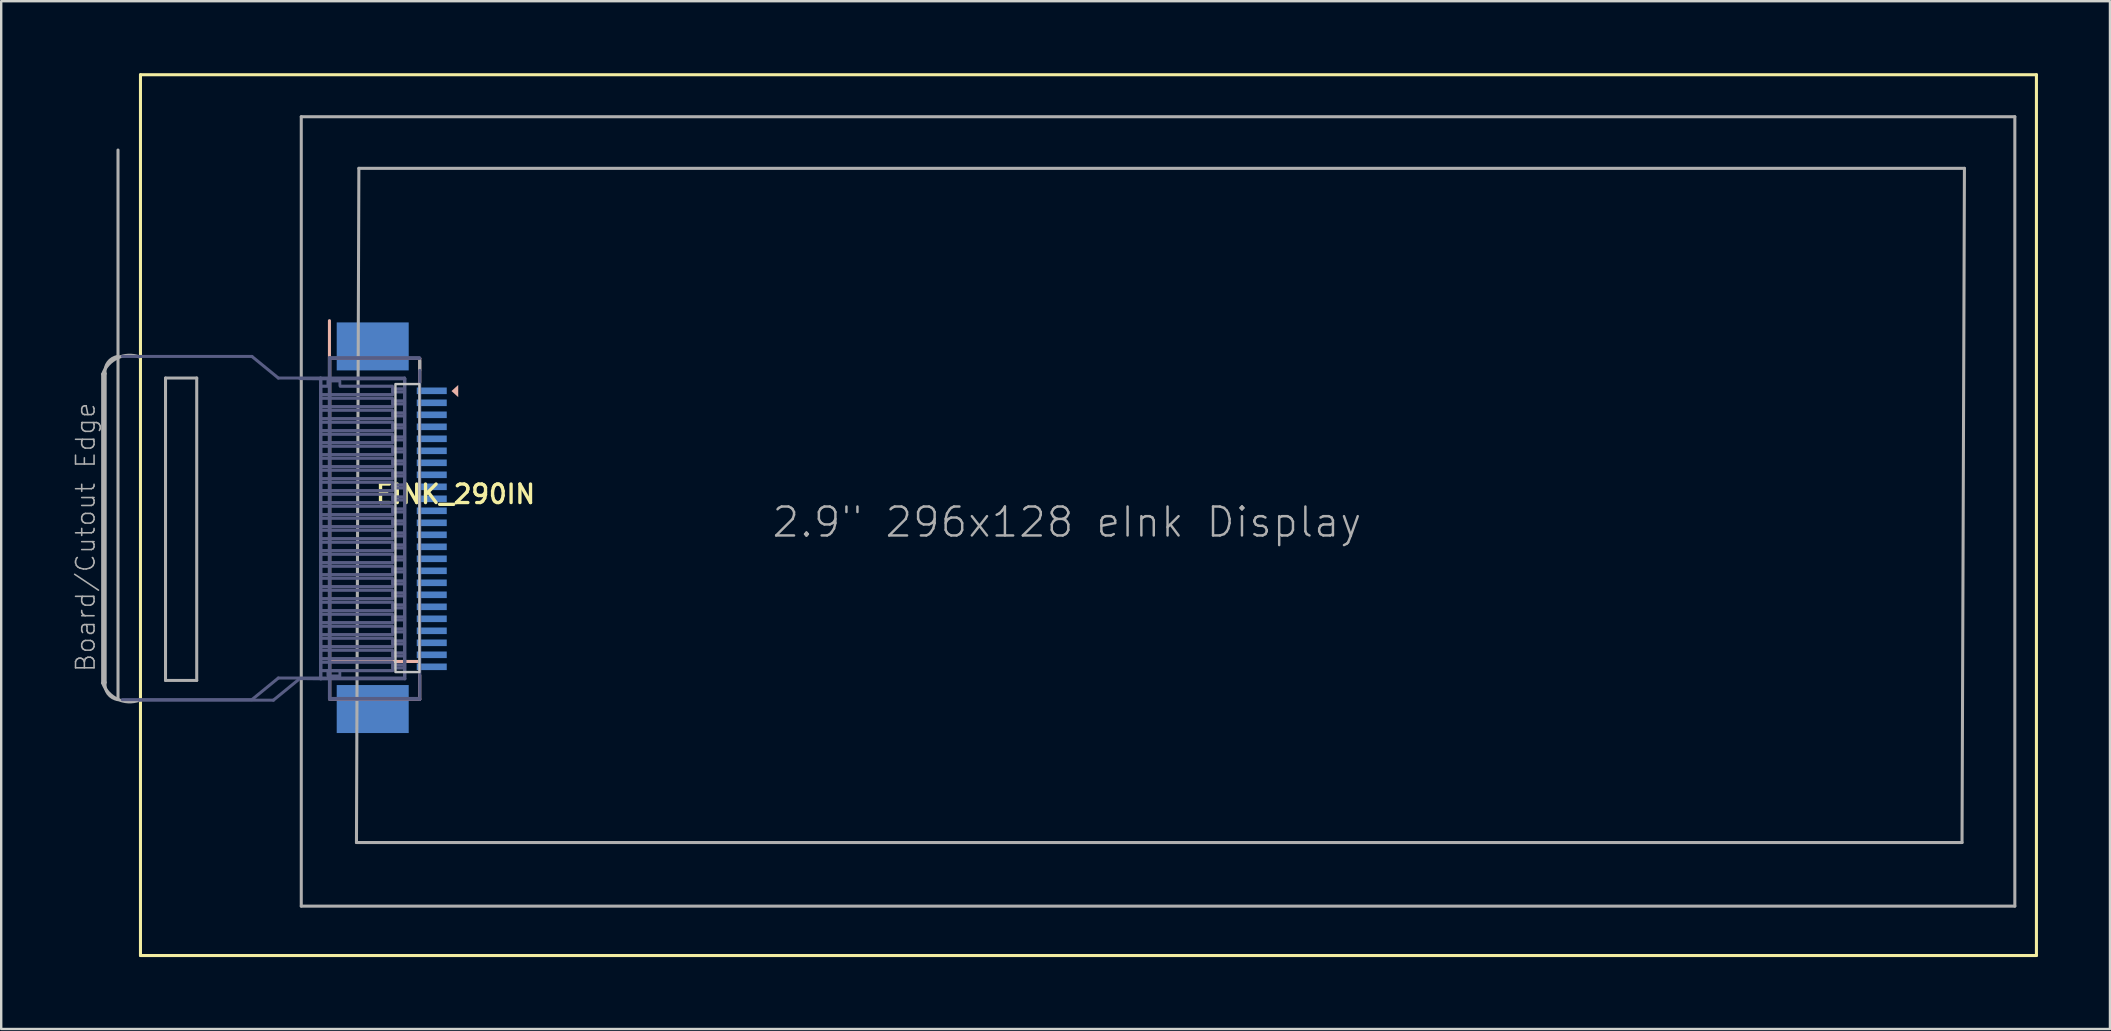
<source format=kicad_pcb>
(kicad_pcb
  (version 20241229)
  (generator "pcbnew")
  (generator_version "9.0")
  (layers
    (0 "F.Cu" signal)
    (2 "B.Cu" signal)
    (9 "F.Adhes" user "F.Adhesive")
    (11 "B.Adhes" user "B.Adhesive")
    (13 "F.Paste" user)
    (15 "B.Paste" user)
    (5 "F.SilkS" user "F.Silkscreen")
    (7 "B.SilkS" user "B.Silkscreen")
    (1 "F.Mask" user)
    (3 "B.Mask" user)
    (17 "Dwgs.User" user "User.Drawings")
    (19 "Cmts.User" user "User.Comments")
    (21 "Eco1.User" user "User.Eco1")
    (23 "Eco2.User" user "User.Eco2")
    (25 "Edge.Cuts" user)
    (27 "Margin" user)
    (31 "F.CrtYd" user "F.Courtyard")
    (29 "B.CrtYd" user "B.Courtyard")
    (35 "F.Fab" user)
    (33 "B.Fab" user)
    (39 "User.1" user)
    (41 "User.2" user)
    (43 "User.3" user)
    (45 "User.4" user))
  (footprint "EINK_290IN"
    (layer "F.Cu")
    (at 12.43 18.442)
    (property "Reference" "EINK_290IN" (at 0.1 -0.45 180) (layer "F.SilkS") (effects (font (size 0.772 0.772) (thickness 0.139)) (justify left bottom)))
    (attr through_hole)
    (fp_line (start -9.627 -18.378) (end 69.373 -18.378) (stroke (width 0.127) (type solid)) (layer "F.SilkS"))
    (fp_line (start -9.627 18.322) (end -9.627 -18.378) (stroke (width 0.127) (type solid)) (layer "F.SilkS"))
    (fp_line (start 69.373 -18.378) (end 69.373 18.322) (stroke (width 0.127) (type solid)) (layer "F.SilkS"))
    (fp_line (start 69.373 18.322) (end -9.627 18.322) (stroke (width 0.127) (type solid)) (layer "F.SilkS"))
    (fp_line (start -1.753 -8.13) (end -1.753 6.07) (stroke (width 0.127) (type solid)) (layer "B.SilkS"))
    (fp_line (start -1.753 6.07) (end 1.997 6.07) (stroke (width 0.127) (type solid)) (layer "B.SilkS"))
    (fp_line (start -1.74 -6.558) (end -1.74 7.642) (stroke (width 0.127) (type solid)) (layer "B.SilkS"))
    (fp_line (start -1.74 7.642) (end 2.01 7.642) (stroke (width 0.127) (type solid)) (layer "B.SilkS"))
    (fp_line (start 2.01 -6.558) (end -1.74 -6.558) (stroke (width 0.127) (type solid)) (layer "B.SilkS"))
    (fp_line (start 2.01 -5.558) (end 2.01 -6.558) (stroke (width 0.127) (type solid)) (layer "B.SilkS"))
    (fp_line (start 2.01 7.642) (end 2.01 6.642) (stroke (width 0.127) (type solid)) (layer "B.SilkS"))
    (fp_poly (pts (xy 3.613 -5.452) (xy 3.613 -4.944) (xy 3.332 -5.198)) (stroke (width 0) (type solid)) (fill yes) (layer "B.SilkS"))
    (fp_poly (pts (xy 0.997 -5.49) (xy 0.997 6.51) (xy 1.997 6.51) (xy 1.997 -5.49)) (stroke (width 0.1) (type solid)) (fill no) (layer "Dwgs.User"))
    (fp_line (start -10.383 -6.64) (end -4.983 -6.64) (stroke (width 0.127) (type solid)) (layer "B.Fab"))
    (fp_line (start -10.383 7.66) (end -4.983 7.66) (stroke (width 0.127) (type solid)) (layer "B.Fab"))
    (fp_line (start -9.687 7.682) (end -4.087 7.682) (stroke (width 0.127) (type solid)) (layer "B.Fab"))
    (fp_line (start -4.983 -6.64) (end -3.883 -5.74) (stroke (width 0.127) (type solid)) (layer "B.Fab"))
    (fp_line (start -4.983 7.66) (end -3.883 6.76) (stroke (width 0.127) (type solid)) (layer "B.Fab"))
    (fp_line (start -4.087 7.682) (end -2.987 6.782) (stroke (width 0.127) (type solid)) (layer "B.Fab"))
    (fp_line (start -3.883 -5.74) (end -2.123 -5.74) (stroke (width 0.127) (type solid)) (layer "B.Fab"))
    (fp_line (start -2.987 -5.718) (end -2.11 -5.708) (stroke (width 0.127) (type solid)) (layer "B.Fab"))
    (fp_line (start -2.123 -5.74) (end 1.377 -5.74) (stroke (width 0.127) (type solid)) (layer "B.Fab"))
    (fp_line (start -2.123 6.76) (end -3.883 6.76) (stroke (width 0.127) (type solid)) (layer "B.Fab"))
    (fp_line (start -2.123 6.76) (end -2.123 -5.74) (stroke (width 0.127) (type solid)) (layer "B.Fab"))
    (fp_line (start -2.11 -5.708) (end 1.39 -5.708) (stroke (width 0.127) (type solid)) (layer "B.Fab"))
    (fp_line (start -2.11 6.792) (end -2.987 6.782) (stroke (width 0.127) (type solid)) (layer "B.Fab"))
    (fp_line (start -2.11 6.792) (end -2.11 -5.708) (stroke (width 0.127) (type solid)) (layer "B.Fab"))
    (fp_line (start -1.753 -6.59) (end 1.997 -6.59) (stroke (width 0.127) (type solid)) (layer "B.Fab"))
    (fp_line (start -1.753 7.61) (end -1.753 -6.59) (stroke (width 0.127) (type solid)) (layer "B.Fab"))
    (fp_line (start -1.74 -6.558) (end 2.01 -6.558) (stroke (width 0.127) (type solid)) (layer "B.Fab"))
    (fp_line (start -1.74 7.642) (end -1.74 -6.558) (stroke (width 0.127) (type solid)) (layer "B.Fab"))
    (fp_line (start 1.377 -5.74) (end 1.377 6.76) (stroke (width 0.127) (type solid)) (layer "B.Fab"))
    (fp_line (start 1.377 6.76) (end -2.123 6.76) (stroke (width 0.127) (type solid)) (layer "B.Fab"))
    (fp_line (start 1.39 -5.708) (end 1.39 6.792) (stroke (width 0.127) (type solid)) (layer "B.Fab"))
    (fp_line (start 1.39 6.792) (end -2.11 6.792) (stroke (width 0.127) (type solid)) (layer "B.Fab"))
    (fp_line (start 1.997 7.61) (end -1.753 7.61) (stroke (width 0.127) (type solid)) (layer "B.Fab"))
    (fp_line (start 2.01 -6.058) (end 2.01 7.642) (stroke (width 0.127) (type solid)) (layer "B.Fab"))
    (fp_line (start 2.01 7.642) (end -1.74 7.642) (stroke (width 0.127) (type solid)) (layer "B.Fab"))
    (fp_poly (pts (xy -2.123 -4.565) (xy 0.877 -4.565) (xy 0.877 -4.915) (xy -2.123 -4.915)) (stroke (width 0.1) (type solid)) (fill no) (layer "B.Fab"))
    (fp_poly (pts (xy -2.123 -4.065) (xy 0.877 -4.065) (xy 0.877 -4.415) (xy -2.123 -4.415)) (stroke (width 0.1) (type solid)) (fill no) (layer "B.Fab"))
    (fp_poly (pts (xy -2.123 -3.565) (xy 0.877 -3.565) (xy 0.877 -3.915) (xy -2.123 -3.915)) (stroke (width 0.1) (type solid)) (fill no) (layer "B.Fab"))
    (fp_poly (pts (xy -2.123 -3.065) (xy 0.877 -3.065) (xy 0.877 -3.415) (xy -2.123 -3.415)) (stroke (width 0.1) (type solid)) (fill no) (layer "B.Fab"))
    (fp_poly (pts (xy -2.123 -2.565) (xy 0.877 -2.565) (xy 0.877 -2.915) (xy -2.123 -2.915)) (stroke (width 0.1) (type solid)) (fill no) (layer "B.Fab"))
    (fp_poly (pts (xy -2.123 -2.065) (xy 0.877 -2.065) (xy 0.877 -2.415) (xy -2.123 -2.415)) (stroke (width 0.1) (type solid)) (fill no) (layer "B.Fab"))
    (fp_poly (pts (xy -2.123 -1.565) (xy 0.877 -1.565) (xy 0.877 -1.915) (xy -2.123 -1.915)) (stroke (width 0.1) (type solid)) (fill no) (layer "B.Fab"))
    (fp_poly (pts (xy -2.123 -1.065) (xy 0.877 -1.065) (xy 0.877 -1.415) (xy -2.123 -1.415)) (stroke (width 0.1) (type solid)) (fill no) (layer "B.Fab"))
    (fp_poly (pts (xy -2.123 -0.565) (xy 0.877 -0.565) (xy 0.877 -0.915) (xy -2.123 -0.915)) (stroke (width 0.1) (type solid)) (fill no) (layer "B.Fab"))
    (fp_poly (pts (xy -2.123 -0.065) (xy 0.877 -0.065) (xy 0.877 -0.415) (xy -2.123 -0.415)) (stroke (width 0.1) (type solid)) (fill no) (layer "B.Fab"))
    (fp_poly (pts (xy -2.123 0.435) (xy 0.877 0.435) (xy 0.877 0.085) (xy -2.123 0.085)) (stroke (width 0.1) (type solid)) (fill no) (layer "B.Fab"))
    (fp_poly (pts (xy -2.123 0.935) (xy 0.877 0.935) (xy 0.877 0.585) (xy -2.123 0.585)) (stroke (width 0.1) (type solid)) (fill no) (layer "B.Fab"))
    (fp_poly (pts (xy -2.123 1.435) (xy 0.877 1.435) (xy 0.877 1.085) (xy -2.123 1.085)) (stroke (width 0.1) (type solid)) (fill no) (layer "B.Fab"))
    (fp_poly (pts (xy -2.123 1.935) (xy 0.877 1.935) (xy 0.877 1.585) (xy -2.123 1.585)) (stroke (width 0.1) (type solid)) (fill no) (layer "B.Fab"))
    (fp_poly (pts (xy -2.123 2.435) (xy 0.877 2.435) (xy 0.877 2.085) (xy -2.123 2.085)) (stroke (width 0.1) (type solid)) (fill no) (layer "B.Fab"))
    (fp_poly (pts (xy -2.123 2.935) (xy 0.877 2.935) (xy 0.877 2.585) (xy -2.123 2.585)) (stroke (width 0.1) (type solid)) (fill no) (layer "B.Fab"))
    (fp_poly (pts (xy -2.123 3.435) (xy 0.877 3.435) (xy 0.877 3.085) (xy -2.123 3.085)) (stroke (width 0.1) (type solid)) (fill no) (layer "B.Fab"))
    (fp_poly (pts (xy -2.123 3.935) (xy 0.877 3.935) (xy 0.877 3.585) (xy -2.123 3.585)) (stroke (width 0.1) (type solid)) (fill no) (layer "B.Fab"))
    (fp_poly (pts (xy -2.123 4.435) (xy 0.877 4.435) (xy 0.877 4.085) (xy -2.123 4.085)) (stroke (width 0.1) (type solid)) (fill no) (layer "B.Fab"))
    (fp_poly (pts (xy -2.123 4.935) (xy 0.877 4.935) (xy 0.877 4.585) (xy -2.123 4.585)) (stroke (width 0.1) (type solid)) (fill no) (layer "B.Fab"))
    (fp_poly (pts (xy -2.123 5.435) (xy 0.877 5.435) (xy 0.877 5.085) (xy -2.123 5.085)) (stroke (width 0.1) (type solid)) (fill no) (layer "B.Fab"))
    (fp_poly (pts (xy -2.123 5.935) (xy 0.877 5.935) (xy 0.877 5.585) (xy -2.123 5.585)) (stroke (width 0.1) (type solid)) (fill no) (layer "B.Fab"))
    (fp_poly (pts (xy -2.123 6.435) (xy 0.877 6.435) (xy 0.877 6.085) (xy -2.123 6.085)) (stroke (width 0.1) (type solid)) (fill no) (layer "B.Fab"))
    (fp_poly (pts (xy -2.11 -4.533) (xy 0.89 -4.533) (xy 0.89 -4.883) (xy -2.11 -4.883)) (stroke (width 0.1) (type solid)) (fill no) (layer "B.Fab"))
    (fp_poly (pts (xy -2.11 -4.033) (xy 0.89 -4.033) (xy 0.89 -4.383) (xy -2.11 -4.383)) (stroke (width 0.1) (type solid)) (fill no) (layer "B.Fab"))
    (fp_poly (pts (xy -2.11 -3.533) (xy 0.89 -3.533) (xy 0.89 -3.883) (xy -2.11 -3.883)) (stroke (width 0.1) (type solid)) (fill no) (layer "B.Fab"))
    (fp_poly (pts (xy -2.11 -3.033) (xy 0.89 -3.033) (xy 0.89 -3.383) (xy -2.11 -3.383)) (stroke (width 0.1) (type solid)) (fill no) (layer "B.Fab"))
    (fp_poly (pts (xy -2.11 -2.533) (xy 0.89 -2.533) (xy 0.89 -2.883) (xy -2.11 -2.883)) (stroke (width 0.1) (type solid)) (fill no) (layer "B.Fab"))
    (fp_poly (pts (xy -2.11 -2.033) (xy 0.89 -2.033) (xy 0.89 -2.383) (xy -2.11 -2.383)) (stroke (width 0.1) (type solid)) (fill no) (layer "B.Fab"))
    (fp_poly (pts (xy -2.11 -1.533) (xy 0.89 -1.533) (xy 0.89 -1.883) (xy -2.11 -1.883)) (stroke (width 0.1) (type solid)) (fill no) (layer "B.Fab"))
    (fp_poly (pts (xy -2.11 -1.033) (xy 0.89 -1.033) (xy 0.89 -1.383) (xy -2.11 -1.383)) (stroke (width 0.1) (type solid)) (fill no) (layer "B.Fab"))
    (fp_poly (pts (xy -2.11 -0.533) (xy 0.89 -0.533) (xy 0.89 -0.883) (xy -2.11 -0.883)) (stroke (width 0.1) (type solid)) (fill no) (layer "B.Fab"))
    (fp_poly (pts (xy -2.11 -0.033) (xy 0.89 -0.033) (xy 0.89 -0.383) (xy -2.11 -0.383)) (stroke (width 0.1) (type solid)) (fill no) (layer "B.Fab"))
    (fp_poly (pts (xy -2.11 0.467) (xy 0.89 0.467) (xy 0.89 0.117) (xy -2.11 0.117)) (stroke (width 0.1) (type solid)) (fill no) (layer "B.Fab"))
    (fp_poly (pts (xy -2.11 0.967) (xy 0.89 0.967) (xy 0.89 0.617) (xy -2.11 0.617)) (stroke (width 0.1) (type solid)) (fill no) (layer "B.Fab"))
    (fp_poly (pts (xy -2.11 1.467) (xy 0.89 1.467) (xy 0.89 1.117) (xy -2.11 1.117)) (stroke (width 0.1) (type solid)) (fill no) (layer "B.Fab"))
    (fp_poly (pts (xy -2.11 1.967) (xy 0.89 1.967) (xy 0.89 1.617) (xy -2.11 1.617)) (stroke (width 0.1) (type solid)) (fill no) (layer "B.Fab"))
    (fp_poly (pts (xy -2.11 2.467) (xy 0.89 2.467) (xy 0.89 2.117) (xy -2.11 2.117)) (stroke (width 0.1) (type solid)) (fill no) (layer "B.Fab"))
    (fp_poly (pts (xy -2.11 2.967) (xy 0.89 2.967) (xy 0.89 2.617) (xy -2.11 2.617)) (stroke (width 0.1) (type solid)) (fill no) (layer "B.Fab"))
    (fp_poly (pts (xy -2.11 3.467) (xy 0.89 3.467) (xy 0.89 3.117) (xy -2.11 3.117)) (stroke (width 0.1) (type solid)) (fill no) (layer "B.Fab"))
    (fp_poly (pts (xy -2.11 3.967) (xy 0.89 3.967) (xy 0.89 3.617) (xy -2.11 3.617)) (stroke (width 0.1) (type solid)) (fill no) (layer "B.Fab"))
    (fp_poly (pts (xy -2.11 4.467) (xy 0.89 4.467) (xy 0.89 4.117) (xy -2.11 4.117)) (stroke (width 0.1) (type solid)) (fill no) (layer "B.Fab"))
    (fp_poly (pts (xy -2.11 4.967) (xy 0.89 4.967) (xy 0.89 4.617) (xy -2.11 4.617)) (stroke (width 0.1) (type solid)) (fill no) (layer "B.Fab"))
    (fp_poly (pts (xy -2.11 5.467) (xy 0.89 5.467) (xy 0.89 5.117) (xy -2.11 5.117)) (stroke (width 0.1) (type solid)) (fill no) (layer "B.Fab"))
    (fp_poly (pts (xy -2.11 5.967) (xy 0.89 5.967) (xy 0.89 5.617) (xy -2.11 5.617)) (stroke (width 0.1) (type solid)) (fill no) (layer "B.Fab"))
    (fp_poly (pts (xy -2.11 6.467) (xy 0.89 6.467) (xy 0.89 6.117) (xy -2.11 6.117)) (stroke (width 0.1) (type solid)) (fill no) (layer "B.Fab"))
    (fp_poly (pts (xy -1.823 6.66) (xy -1.323 6.66) (xy -1.323 6.435) (xy -1.823 6.435)) (stroke (width 0.1) (type solid)) (fill no) (layer "B.Fab"))
    (fp_poly (pts (xy -1.81 6.692) (xy -1.31 6.692) (xy -1.31 6.467) (xy -1.81 6.467)) (stroke (width 0.1) (type solid)) (fill no) (layer "B.Fab"))
    (fp_poly (pts (xy 0.877 -5.303) (xy 1.377 -5.303) (xy 1.377 -5.178) (xy 0.877 -5.178)) (stroke (width 0.1) (type solid)) (fill no) (layer "B.Fab"))
    (fp_poly (pts (xy 0.877 -4.803) (xy 1.377 -4.803) (xy 1.377 -4.678) (xy 0.877 -4.678)) (stroke (width 0.1) (type solid)) (fill no) (layer "B.Fab"))
    (fp_poly (pts (xy 0.877 -4.303) (xy 1.377 -4.303) (xy 1.377 -4.178) (xy 0.877 -4.178)) (stroke (width 0.1) (type solid)) (fill no) (layer "B.Fab"))
    (fp_poly (pts (xy 0.877 -3.803) (xy 1.377 -3.803) (xy 1.377 -3.678) (xy 0.877 -3.678)) (stroke (width 0.1) (type solid)) (fill no) (layer "B.Fab"))
    (fp_poly (pts (xy 0.877 -3.303) (xy 1.377 -3.303) (xy 1.377 -3.178) (xy 0.877 -3.178)) (stroke (width 0.1) (type solid)) (fill no) (layer "B.Fab"))
    (fp_poly (pts (xy 0.877 -2.803) (xy 1.377 -2.803) (xy 1.377 -2.678) (xy 0.877 -2.678)) (stroke (width 0.1) (type solid)) (fill no) (layer "B.Fab"))
    (fp_poly (pts (xy 0.877 -2.303) (xy 1.377 -2.303) (xy 1.377 -2.178) (xy 0.877 -2.178)) (stroke (width 0.1) (type solid)) (fill no) (layer "B.Fab"))
    (fp_poly (pts (xy 0.877 -1.802) (xy 1.377 -1.802) (xy 1.377 -1.677) (xy 0.877 -1.677)) (stroke (width 0.1) (type solid)) (fill no) (layer "B.Fab"))
    (fp_poly (pts (xy 0.877 -1.302) (xy 1.377 -1.302) (xy 1.377 -1.177) (xy 0.877 -1.177)) (stroke (width 0.1) (type solid)) (fill no) (layer "B.Fab"))
    (fp_poly (pts (xy 0.877 -0.802) (xy 1.377 -0.802) (xy 1.377 -0.677) (xy 0.877 -0.677)) (stroke (width 0.1) (type solid)) (fill no) (layer "B.Fab"))
    (fp_poly (pts (xy 0.877 -0.302) (xy 1.377 -0.302) (xy 1.377 -0.177) (xy 0.877 -0.177)) (stroke (width 0.1) (type solid)) (fill no) (layer "B.Fab"))
    (fp_poly (pts (xy 0.877 0.198) (xy 1.377 0.198) (xy 1.377 0.323) (xy 0.877 0.323)) (stroke (width 0.1) (type solid)) (fill no) (layer "B.Fab"))
    (fp_poly (pts (xy 0.877 0.698) (xy 1.377 0.698) (xy 1.377 0.823) (xy 0.877 0.823)) (stroke (width 0.1) (type solid)) (fill no) (layer "B.Fab"))
    (fp_poly (pts (xy 0.877 1.198) (xy 1.377 1.198) (xy 1.377 1.323) (xy 0.877 1.323)) (stroke (width 0.1) (type solid)) (fill no) (layer "B.Fab"))
    (fp_poly (pts (xy 0.877 1.698) (xy 1.377 1.698) (xy 1.377 1.823) (xy 0.877 1.823)) (stroke (width 0.1) (type solid)) (fill no) (layer "B.Fab"))
    (fp_poly (pts (xy 0.877 2.197) (xy 1.377 2.197) (xy 1.377 2.322) (xy 0.877 2.322)) (stroke (width 0.1) (type solid)) (fill no) (layer "B.Fab"))
    (fp_poly (pts (xy 0.877 2.697) (xy 1.377 2.697) (xy 1.377 2.822) (xy 0.877 2.822)) (stroke (width 0.1) (type solid)) (fill no) (layer "B.Fab"))
    (fp_poly (pts (xy 0.877 3.197) (xy 1.377 3.197) (xy 1.377 3.322) (xy 0.877 3.322)) (stroke (width 0.1) (type solid)) (fill no) (layer "B.Fab"))
    (fp_poly (pts (xy 0.877 3.697) (xy 1.377 3.697) (xy 1.377 3.822) (xy 0.877 3.822)) (stroke (width 0.1) (type solid)) (fill no) (layer "B.Fab"))
    (fp_poly (pts (xy 0.877 4.197) (xy 1.377 4.197) (xy 1.377 4.322) (xy 0.877 4.322)) (stroke (width 0.1) (type solid)) (fill no) (layer "B.Fab"))
    (fp_poly (pts (xy 0.877 4.697) (xy 1.377 4.697) (xy 1.377 4.822) (xy 0.877 4.822)) (stroke (width 0.1) (type solid)) (fill no) (layer "B.Fab"))
    (fp_poly (pts (xy 0.877 5.197) (xy 1.377 5.197) (xy 1.377 5.322) (xy 0.877 5.322)) (stroke (width 0.1) (type solid)) (fill no) (layer "B.Fab"))
    (fp_poly (pts (xy 0.877 5.697) (xy 1.377 5.697) (xy 1.377 5.822) (xy 0.877 5.822)) (stroke (width 0.1) (type solid)) (fill no) (layer "B.Fab"))
    (fp_poly (pts (xy 0.877 6.197) (xy 1.377 6.197) (xy 1.377 6.322) (xy 0.877 6.322)) (stroke (width 0.1) (type solid)) (fill no) (layer "B.Fab"))
    (fp_poly (pts (xy 0.89 -5.271) (xy 1.39 -5.271) (xy 1.39 -5.146) (xy 0.89 -5.146)) (stroke (width 0.1) (type solid)) (fill no) (layer "B.Fab"))
    (fp_poly (pts (xy 0.89 -4.771) (xy 1.39 -4.771) (xy 1.39 -4.646) (xy 0.89 -4.646)) (stroke (width 0.1) (type solid)) (fill no) (layer "B.Fab"))
    (fp_poly (pts (xy 0.89 -4.271) (xy 1.39 -4.271) (xy 1.39 -4.146) (xy 0.89 -4.146)) (stroke (width 0.1) (type solid)) (fill no) (layer "B.Fab"))
    (fp_poly (pts (xy 0.89 -3.771) (xy 1.39 -3.771) (xy 1.39 -3.646) (xy 0.89 -3.646)) (stroke (width 0.1) (type solid)) (fill no) (layer "B.Fab"))
    (fp_poly (pts (xy 0.89 -3.271) (xy 1.39 -3.271) (xy 1.39 -3.146) (xy 0.89 -3.146)) (stroke (width 0.1) (type solid)) (fill no) (layer "B.Fab"))
    (fp_poly (pts (xy 0.89 -2.771) (xy 1.39 -2.771) (xy 1.39 -2.646) (xy 0.89 -2.646)) (stroke (width 0.1) (type solid)) (fill no) (layer "B.Fab"))
    (fp_poly (pts (xy 0.89 -2.271) (xy 1.39 -2.271) (xy 1.39 -2.146) (xy 0.89 -2.146)) (stroke (width 0.1) (type solid)) (fill no) (layer "B.Fab"))
    (fp_poly (pts (xy 0.89 -1.77) (xy 1.39 -1.77) (xy 1.39 -1.645) (xy 0.89 -1.645)) (stroke (width 0.1) (type solid)) (fill no) (layer "B.Fab"))
    (fp_poly (pts (xy 0.89 -1.27) (xy 1.39 -1.27) (xy 1.39 -1.145) (xy 0.89 -1.145)) (stroke (width 0.1) (type solid)) (fill no) (layer "B.Fab"))
    (fp_poly (pts (xy 0.89 -0.77) (xy 1.39 -0.77) (xy 1.39 -0.645) (xy 0.89 -0.645)) (stroke (width 0.1) (type solid)) (fill no) (layer "B.Fab"))
    (fp_poly (pts (xy 0.89 -0.271) (xy 1.39 -0.271) (xy 1.39 -0.145) (xy 0.89 -0.145)) (stroke (width 0.1) (type solid)) (fill no) (layer "B.Fab"))
    (fp_poly (pts (xy 0.89 0.23) (xy 1.39 0.23) (xy 1.39 0.354) (xy 0.89 0.354)) (stroke (width 0.1) (type solid)) (fill no) (layer "B.Fab"))
    (fp_poly (pts (xy 0.89 0.73) (xy 1.39 0.73) (xy 1.39 0.855) (xy 0.89 0.855)) (stroke (width 0.1) (type solid)) (fill no) (layer "B.Fab"))
    (fp_poly (pts (xy 0.89 1.23) (xy 1.39 1.23) (xy 1.39 1.355) (xy 0.89 1.355)) (stroke (width 0.1) (type solid)) (fill no) (layer "B.Fab"))
    (fp_poly (pts (xy 0.89 1.73) (xy 1.39 1.73) (xy 1.39 1.855) (xy 0.89 1.855)) (stroke (width 0.1) (type solid)) (fill no) (layer "B.Fab"))
    (fp_poly (pts (xy 0.89 2.229) (xy 1.39 2.229) (xy 1.39 2.354) (xy 0.89 2.354)) (stroke (width 0.1) (type solid)) (fill no) (layer "B.Fab"))
    (fp_poly (pts (xy 0.89 2.729) (xy 1.39 2.729) (xy 1.39 2.854) (xy 0.89 2.854)) (stroke (width 0.1) (type solid)) (fill no) (layer "B.Fab"))
    (fp_poly (pts (xy 0.89 3.229) (xy 1.39 3.229) (xy 1.39 3.354) (xy 0.89 3.354)) (stroke (width 0.1) (type solid)) (fill no) (layer "B.Fab"))
    (fp_poly (pts (xy 0.89 3.729) (xy 1.39 3.729) (xy 1.39 3.854) (xy 0.89 3.854)) (stroke (width 0.1) (type solid)) (fill no) (layer "B.Fab"))
    (fp_poly (pts (xy 0.89 4.229) (xy 1.39 4.229) (xy 1.39 4.354) (xy 0.89 4.354)) (stroke (width 0.1) (type solid)) (fill no) (layer "B.Fab"))
    (fp_poly (pts (xy 0.89 4.729) (xy 1.39 4.729) (xy 1.39 4.854) (xy 0.89 4.854)) (stroke (width 0.1) (type solid)) (fill no) (layer "B.Fab"))
    (fp_poly (pts (xy 0.89 5.229) (xy 1.39 5.229) (xy 1.39 5.354) (xy 0.89 5.354)) (stroke (width 0.1) (type solid)) (fill no) (layer "B.Fab"))
    (fp_poly (pts (xy 0.89 5.729) (xy 1.39 5.729) (xy 1.39 5.854) (xy 0.89 5.854)) (stroke (width 0.1) (type solid)) (fill no) (layer "B.Fab"))
    (fp_poly (pts (xy 0.89 6.229) (xy 1.39 6.229) (xy 1.39 6.354) (xy 0.89 6.354)) (stroke (width 0.1) (type solid)) (fill no) (layer "B.Fab"))
    (fp_poly (pts (xy -2.123 -5.065) (xy 0.877 -5.065) (xy 0.877 -5.415) (xy -1.323 -5.415) (xy -1.323 -5.64) (xy -1.823 -5.64) (xy -1.823 -5.415) (xy -2.123 -5.415)) (stroke (width 0.1) (type solid)) (fill no) (layer "B.Fab"))
    (fp_poly (pts (xy -2.11 -5.033) (xy 0.89 -5.033) (xy 0.89 -5.383) (xy -1.31 -5.383) (xy -1.31 -5.608) (xy -1.81 -5.608) (xy -1.81 -5.383) (xy -2.11 -5.383)) (stroke (width 0.1) (type solid)) (fill no) (layer "B.Fab"))
    (fp_line (start -11.202 -5.903) (end -11.202 6.967) (stroke (width 0.127) (type solid)) (layer "F.Fab"))
    (fp_line (start -11.098 -5.925) (end -11.098 6.945) (stroke (width 0.127) (type solid)) (layer "F.Fab"))
    (fp_line (start -10.563 -6.64) (end -10.563 -15.24) (stroke (width 0.127) (type solid)) (layer "F.Fab"))
    (fp_line (start -10.563 7.66) (end -10.563 -6.64) (stroke (width 0.127) (type solid)) (layer "F.Fab"))
    (fp_line (start -8.583 -5.74) (end -7.283 -5.74) (stroke (width 0.127) (type solid)) (layer "F.Fab"))
    (fp_line (start -8.583 6.86) (end -8.583 -5.74) (stroke (width 0.127) (type solid)) (layer "F.Fab"))
    (fp_line (start -7.283 -5.74) (end -7.283 6.86) (stroke (width 0.127) (type solid)) (layer "F.Fab"))
    (fp_line (start -7.283 6.86) (end -8.583 6.86) (stroke (width 0.127) (type solid)) (layer "F.Fab"))
    (fp_line (start -2.927 -16.628) (end 68.473 -16.628) (stroke (width 0.127) (type solid)) (layer "F.Fab"))
    (fp_line (start -2.927 16.264) (end -2.927 -16.628) (stroke (width 0.127) (type solid)) (layer "F.Fab"))
    (fp_line (start -0.627 13.614) (end -0.527 -14.478) (stroke (width 0.127) (type solid)) (layer "F.Fab"))
    (fp_line (start -0.527 -14.478) (end 66.373 -14.478) (stroke (width 0.127) (type solid)) (layer "F.Fab"))
    (fp_line (start 2.01 -6.458) (end 2.01 -6.058) (stroke (width 0.127) (type solid)) (layer "F.Fab"))
    (fp_line (start 66.273 13.614) (end -0.627 13.614) (stroke (width 0.127) (type solid)) (layer "F.Fab"))
    (fp_line (start 66.373 -14.478) (end 66.273 13.614) (stroke (width 0.127) (type solid)) (layer "F.Fab"))
    (fp_line (start 68.473 -16.628) (end 68.473 16.264) (stroke (width 0.127) (type solid)) (layer "F.Fab"))
    (fp_line (start 68.473 16.264) (end -2.927 16.264) (stroke (width 0.127) (type solid)) (layer "F.Fab"))
    (fp_arc (start -11.202 -5.903) (mid -10.582581 -6.578409) (end -9.667 -6.618) (stroke (width 0.127) (type solid)) (layer "F.Fab"))
    (fp_arc (start -11.098 -5.925) (mid -10.978581 -6.393302) (end -10.563 -6.64) (stroke (width 0.127) (type solid)) (layer "F.Fab"))
    (fp_arc (start -10.563 7.66) (mid -10.978581 7.413302) (end -11.098 6.945) (stroke (width 0.127) (type solid)) (layer "F.Fab"))
    (fp_arc (start -9.667 7.682) (mid -10.582581 7.642409) (end -11.202 6.967) (stroke (width 0.127) (type solid)) (layer "F.Fab"))
    (fp_text user "2.9\" 296x128 eInk Display" (at 16.62 0.972 0) (layer "F.Fab") (effects (font (size 1.206 1.206) (thickness 0.102)) (justify left bottom)))
    (fp_text user "Board/Cutout Edge" (at -11.463 6.56 90) (layer "F.Fab") (effects (font (size 0.772 0.772) (thickness 0.065)) (justify left bottom)))
    (pad "1" smd rect (at 2.51 -5.208 270) (size 0.275 1.25) (layers "B.Cu" "B.Mask" "B.Paste"))
    (pad "2" smd rect (at 2.51 -4.708 270) (size 0.275 1.25) (layers "B.Cu" "B.Mask" "B.Paste"))
    (pad "3" smd rect (at 2.51 -4.208 270) (size 0.275 1.25) (layers "B.Cu" "B.Mask" "B.Paste"))
    (pad "4" smd rect (at 2.51 -3.708 270) (size 0.275 1.25) (layers "B.Cu" "B.Mask" "B.Paste"))
    (pad "5" smd rect (at 2.51 -3.208 270) (size 0.275 1.25) (layers "B.Cu" "B.Mask" "B.Paste"))
    (pad "6" smd rect (at 2.51 -2.708 270) (size 0.275 1.25) (layers "B.Cu" "B.Mask" "B.Paste"))
    (pad "7" smd rect (at 2.51 -2.208 270) (size 0.275 1.25) (layers "B.Cu" "B.Mask" "B.Paste"))
    (pad "8" smd rect (at 2.51 -1.708 270) (size 0.275 1.25) (layers "B.Cu" "B.Mask" "B.Paste"))
    (pad "9" smd rect (at 2.51 -1.208 270) (size 0.275 1.25) (layers "B.Cu" "B.Mask" "B.Paste"))
    (pad "10" smd rect (at 2.51 -0.708 270) (size 0.275 1.25) (layers "B.Cu" "B.Mask" "B.Paste"))
    (pad "11" smd rect (at 2.51 -0.208 270) (size 0.275 1.25) (layers "B.Cu" "B.Mask" "B.Paste"))
    (pad "12" smd rect (at 2.51 0.292 270) (size 0.275 1.25) (layers "B.Cu" "B.Mask" "B.Paste"))
    (pad "13" smd rect (at 2.51 0.792 270) (size 0.275 1.25) (layers "B.Cu" "B.Mask" "B.Paste"))
    (pad "14" smd rect (at 2.51 1.292 270) (size 0.275 1.25) (layers "B.Cu" "B.Mask" "B.Paste"))
    (pad "15" smd rect (at 2.51 1.792 270) (size 0.275 1.25) (layers "B.Cu" "B.Mask" "B.Paste"))
    (pad "16" smd rect (at 2.51 2.292 270) (size 0.275 1.25) (layers "B.Cu" "B.Mask" "B.Paste"))
    (pad "17" smd rect (at 2.51 2.792 270) (size 0.275 1.25) (layers "B.Cu" "B.Mask" "B.Paste"))
    (pad "18" smd rect (at 2.51 3.292 270) (size 0.275 1.25) (layers "B.Cu" "B.Mask" "B.Paste"))
    (pad "19" smd rect (at 2.51 3.792 270) (size 0.275 1.25) (layers "B.Cu" "B.Mask" "B.Paste"))
    (pad "20" smd rect (at 2.51 4.292 270) (size 0.275 1.25) (layers "B.Cu" "B.Mask" "B.Paste"))
    (pad "21" smd rect (at 2.51 4.792 270) (size 0.275 1.25) (layers "B.Cu" "B.Mask" "B.Paste"))
    (pad "22" smd rect (at 2.51 5.292 270) (size 0.275 1.25) (layers "B.Cu" "B.Mask" "B.Paste"))
    (pad "23" smd rect (at 2.51 5.792 270) (size 0.275 1.25) (layers "B.Cu" "B.Mask" "B.Paste"))
    (pad "24" smd rect (at 2.51 6.292 270) (size 0.275 1.25) (layers "B.Cu" "B.Mask" "B.Paste"))
    (pad "SPRT1" smd rect (at 0.05 -7.058) (size 3 2) (layers "B.Cu" "B.Mask" "B.Paste"))
    (pad "SPRT2" smd rect (at 0.05 8.052) (size 3 2) (layers "B.Cu" "B.Mask" "B.Paste")))
  (gr_rect
    (start -3 -3)
    (end 84.867 39.827)
    (stroke (width 0.1) (type default))
    (fill no)
    (layer "Edge.Cuts")))
</source>
